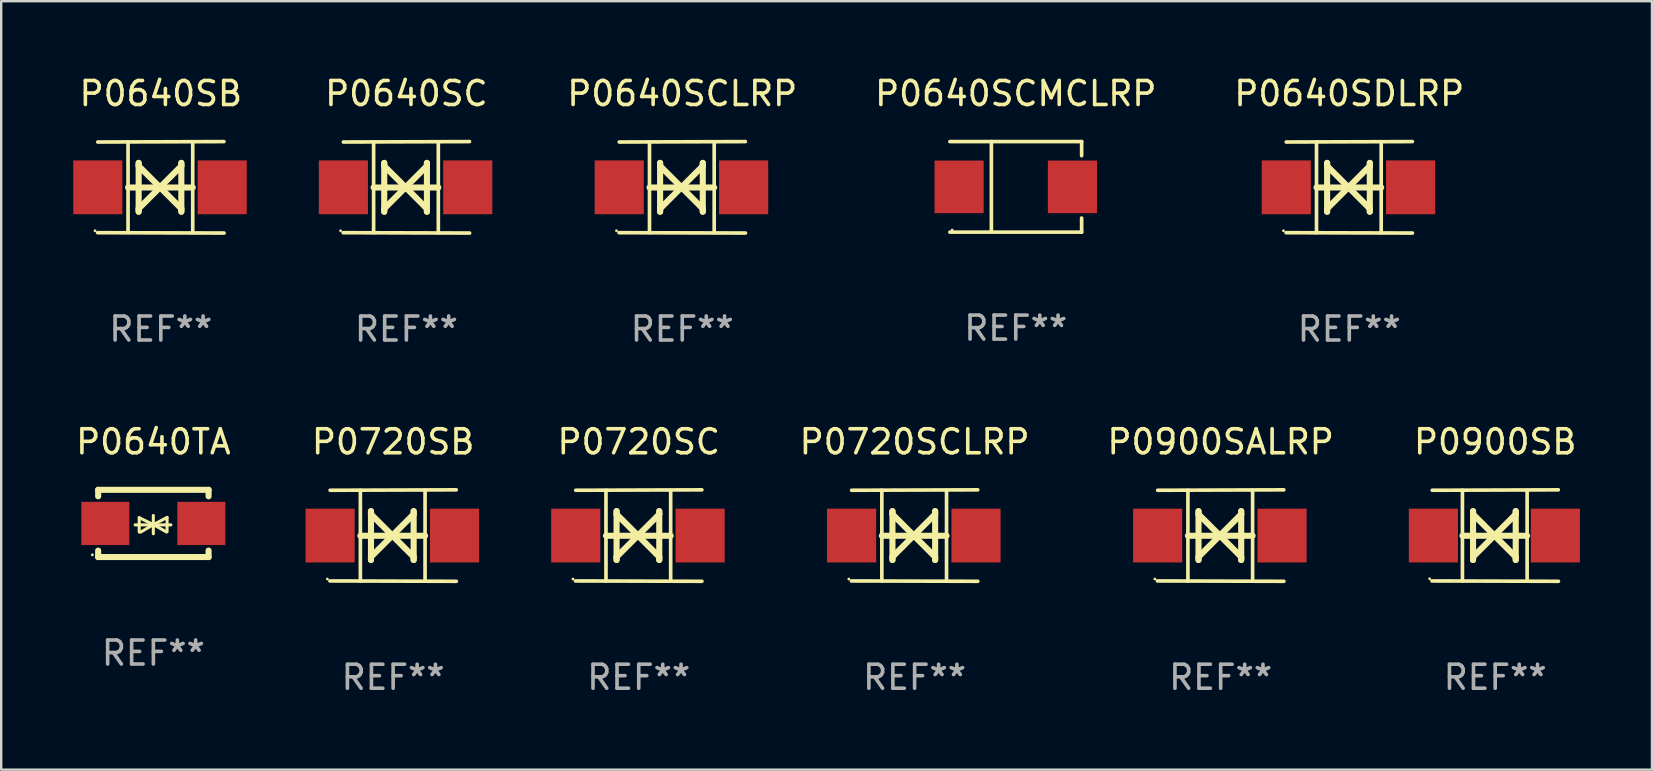
<source format=kicad_pcb>
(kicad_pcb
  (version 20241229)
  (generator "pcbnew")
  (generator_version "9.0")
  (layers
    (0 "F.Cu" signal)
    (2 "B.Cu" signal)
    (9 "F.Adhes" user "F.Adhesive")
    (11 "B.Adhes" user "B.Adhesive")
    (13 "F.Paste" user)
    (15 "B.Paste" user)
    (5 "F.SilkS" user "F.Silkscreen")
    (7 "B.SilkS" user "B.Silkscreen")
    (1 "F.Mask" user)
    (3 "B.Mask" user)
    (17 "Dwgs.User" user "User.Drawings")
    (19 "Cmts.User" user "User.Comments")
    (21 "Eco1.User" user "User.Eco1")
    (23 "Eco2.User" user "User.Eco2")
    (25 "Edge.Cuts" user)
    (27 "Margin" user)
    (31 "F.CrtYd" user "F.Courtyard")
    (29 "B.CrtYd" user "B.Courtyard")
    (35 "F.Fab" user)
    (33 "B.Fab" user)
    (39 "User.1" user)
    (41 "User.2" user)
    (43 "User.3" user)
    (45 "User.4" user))
  (footprint "P0900SB"
    (layer "F.Cu")
    (at 59.236 19.26)
    (property "Reference" "P0900SB" (at 0 -3.905 0) (layer "F.SilkS") (effects (font (size 1 1) (thickness 0.15))))
    (attr through_hole)
    (fp_line (start -1.365 1.886) (end -1.365 -1.886) (stroke (width 0.152) (type solid)) (layer "F.SilkS"))
    (fp_line (start -1.365 0.008) (end 1.33 0.008) (stroke (width 0.254) (type solid)) (layer "F.SilkS"))
    (fp_line (start -0.923 -1.016) (end -0.923 1.016) (stroke (width 0.254) (type solid)) (layer "F.SilkS"))
    (fp_line (start -0.923 -0.889) (end -0.923 -1.016) (stroke (width 0.254) (type solid)) (layer "F.SilkS"))
    (fp_line (start -0.923 0.889) (end -0.034 0) (stroke (width 0.254) (type solid)) (layer "F.SilkS"))
    (fp_line (start -0.923 1.016) (end -0.923 0.889) (stroke (width 0.254) (type solid)) (layer "F.SilkS"))
    (fp_line (start -0.034 0) (end -0.923 -0.889) (stroke (width 0.254) (type solid)) (layer "F.SilkS"))
    (fp_line (start -0.034 0) (end 0.855 0.889) (stroke (width 0.254) (type solid)) (layer "F.SilkS"))
    (fp_line (start 0.855 -1.016) (end 0.855 -0.889) (stroke (width 0.254) (type solid)) (layer "F.SilkS"))
    (fp_line (start 0.855 -0.889) (end -0.034 0) (stroke (width 0.254) (type solid)) (layer "F.SilkS"))
    (fp_line (start 0.855 0.889) (end 0.855 1.016) (stroke (width 0.254) (type solid)) (layer "F.SilkS"))
    (fp_line (start 0.855 1.016) (end 0.855 -1.016) (stroke (width 0.254) (type solid)) (layer "F.SilkS"))
    (fp_line (start 1.33 1.886) (end 1.33 -1.886) (stroke (width 0.152) (type solid)) (layer "F.SilkS"))
    (fp_line (start 2.629 -1.905) (end -2.625 -1.887) (stroke (width 0.152) (type solid)) (layer "F.SilkS"))
    (fp_line (start 2.633 1.905) (end -2.633 1.89) (stroke (width 0.152) (type solid)) (layer "F.SilkS"))
    (fp_circle (center -2.732 1.8) (end -2.702 1.8) (stroke (width 0.06) (type solid)) (fill no) (layer "F.SilkS"))
    (fp_text user "REF**" (at 0 5.905 0) (layer "F.Fab") (effects (font (size 1 1) (thickness 0.15))))
    (pad "1" smd rect (at -2.574 0) (size 2.047 2.241) (layers "F.Cu" "F.Mask" "F.Paste"))
    (pad "2" smd rect (at 2.506 0) (size 2.047 2.241) (layers "F.Cu" "F.Mask" "F.Paste")))
  (footprint "P0640TA"
    (layer "F.Cu")
    (at 3.339 18.755)
    (property "Reference" "P0640TA" (at 0 -3.4 0) (layer "F.SilkS") (effects (font (size 1 1) (thickness 0.15))))
    (attr through_hole)
    (fp_line (start -2.3 -1.4) (end -2.3 -1.131) (stroke (width 0.254) (type solid)) (layer "F.SilkS"))
    (fp_line (start -2.3 -1.4) (end 2.3 -1.4) (stroke (width 0.254) (type solid)) (layer "F.SilkS"))
    (fp_line (start -2.3 1.131) (end -2.3 1.4) (stroke (width 0.254) (type solid)) (layer "F.SilkS"))
    (fp_line (start -2.3 1.4) (end 2.3 1.4) (stroke (width 0.254) (type solid)) (layer "F.SilkS"))
    (fp_line (start -0.76 0.06) (end 0.73 0.06) (stroke (width 0.127) (type solid)) (layer "F.SilkS"))
    (fp_line (start -0.59 -0.24) (end -0.59 0.36) (stroke (width 0.127) (type solid)) (layer "F.SilkS"))
    (fp_line (start -0.59 -0.24) (end -0.002 0.049) (stroke (width 0.127) (type solid)) (layer "F.SilkS"))
    (fp_line (start -0.53 0.36) (end -0.002 0.049) (stroke (width 0.127) (type solid)) (layer "F.SilkS"))
    (fp_line (start -0.002 0.049) (end -0.002 -0.332) (stroke (width 0.127) (type solid)) (layer "F.SilkS"))
    (fp_line (start -0.002 0.049) (end -0.002 0.43) (stroke (width 0.127) (type solid)) (layer "F.SilkS"))
    (fp_line (start 0.54 0.35) (end -0.002 0.049) (stroke (width 0.127) (type solid)) (layer "F.SilkS"))
    (fp_line (start 0.57 -0.25) (end -0.002 0.049) (stroke (width 0.127) (type solid)) (layer "F.SilkS"))
    (fp_line (start 0.57 -0.25) (end 0.57 0.35) (stroke (width 0.127) (type solid)) (layer "F.SilkS"))
    (fp_line (start 2.3 -1.4) (end 2.3 -1.131) (stroke (width 0.254) (type solid)) (layer "F.SilkS"))
    (fp_line (start 2.3 1.131) (end 2.3 1.4) (stroke (width 0.254) (type solid)) (layer "F.SilkS"))
    (fp_circle (center -2.542 1.308) (end -2.512 1.308) (stroke (width 0.06) (type solid)) (fill no) (layer "F.SilkS"))
    (fp_text user "REF**" (at 0 5.4 0) (layer "F.Fab") (effects (font (size 1 1) (thickness 0.15))))
    (pad "1" smd rect (at -2 0) (size 2 1.8) (layers "F.Cu" "F.Mask" "F.Paste"))
    (pad "2" smd rect (at 2 0) (size 2 1.8) (layers "F.Cu" "F.Mask" "F.Paste")))
  (footprint "P0720SC"
    (layer "F.Cu")
    (at 23.558 19.26)
    (property "Reference" "P0720SC" (at 0 -3.905 0) (layer "F.SilkS") (effects (font (size 1 1) (thickness 0.15))))
    (attr through_hole)
    (fp_line (start -1.365 1.886) (end -1.365 -1.886) (stroke (width 0.152) (type solid)) (layer "F.SilkS"))
    (fp_line (start -1.365 0.008) (end 1.33 0.008) (stroke (width 0.254) (type solid)) (layer "F.SilkS"))
    (fp_line (start -0.923 -1.016) (end -0.923 1.016) (stroke (width 0.254) (type solid)) (layer "F.SilkS"))
    (fp_line (start -0.923 -0.889) (end -0.923 -1.016) (stroke (width 0.254) (type solid)) (layer "F.SilkS"))
    (fp_line (start -0.923 0.889) (end -0.034 0) (stroke (width 0.254) (type solid)) (layer "F.SilkS"))
    (fp_line (start -0.923 1.016) (end -0.923 0.889) (stroke (width 0.254) (type solid)) (layer "F.SilkS"))
    (fp_line (start -0.034 0) (end -0.923 -0.889) (stroke (width 0.254) (type solid)) (layer "F.SilkS"))
    (fp_line (start -0.034 0) (end 0.855 0.889) (stroke (width 0.254) (type solid)) (layer "F.SilkS"))
    (fp_line (start 0.855 -1.016) (end 0.855 -0.889) (stroke (width 0.254) (type solid)) (layer "F.SilkS"))
    (fp_line (start 0.855 -0.889) (end -0.034 0) (stroke (width 0.254) (type solid)) (layer "F.SilkS"))
    (fp_line (start 0.855 0.889) (end 0.855 1.016) (stroke (width 0.254) (type solid)) (layer "F.SilkS"))
    (fp_line (start 0.855 1.016) (end 0.855 -1.016) (stroke (width 0.254) (type solid)) (layer "F.SilkS"))
    (fp_line (start 1.33 1.886) (end 1.33 -1.886) (stroke (width 0.152) (type solid)) (layer "F.SilkS"))
    (fp_line (start 2.629 -1.905) (end -2.625 -1.887) (stroke (width 0.152) (type solid)) (layer "F.SilkS"))
    (fp_line (start 2.633 1.905) (end -2.633 1.89) (stroke (width 0.152) (type solid)) (layer "F.SilkS"))
    (fp_circle (center -2.741 1.81) (end -2.711 1.81) (stroke (width 0.06) (type solid)) (fill no) (layer "F.SilkS"))
    (fp_text user "REF**" (at 0 5.905 0) (layer "F.Fab") (effects (font (size 1 1) (thickness 0.15))))
    (pad "1" smd rect (at -2.625 0) (size 2.047 2.241) (layers "F.Cu" "F.Mask" "F.Paste"))
    (pad "2" smd rect (at 2.557 0) (size 2.047 2.241) (layers "F.Cu" "F.Mask" "F.Paste")))
  (footprint "P0720SB"
    (layer "F.Cu")
    (at 13.327 19.26)
    (property "Reference" "P0720SB" (at 0 -3.905 0) (layer "F.SilkS") (effects (font (size 1 1) (thickness 0.15))))
    (attr through_hole)
    (fp_line (start -1.365 1.886) (end -1.365 -1.886) (stroke (width 0.152) (type solid)) (layer "F.SilkS"))
    (fp_line (start -1.365 0.008) (end 1.33 0.008) (stroke (width 0.254) (type solid)) (layer "F.SilkS"))
    (fp_line (start -0.923 -1.016) (end -0.923 1.016) (stroke (width 0.254) (type solid)) (layer "F.SilkS"))
    (fp_line (start -0.923 -0.889) (end -0.923 -1.016) (stroke (width 0.254) (type solid)) (layer "F.SilkS"))
    (fp_line (start -0.923 0.889) (end -0.034 0) (stroke (width 0.254) (type solid)) (layer "F.SilkS"))
    (fp_line (start -0.923 1.016) (end -0.923 0.889) (stroke (width 0.254) (type solid)) (layer "F.SilkS"))
    (fp_line (start -0.034 0) (end -0.923 -0.889) (stroke (width 0.254) (type solid)) (layer "F.SilkS"))
    (fp_line (start -0.034 0) (end 0.855 0.889) (stroke (width 0.254) (type solid)) (layer "F.SilkS"))
    (fp_line (start 0.855 -1.016) (end 0.855 -0.889) (stroke (width 0.254) (type solid)) (layer "F.SilkS"))
    (fp_line (start 0.855 -0.889) (end -0.034 0) (stroke (width 0.254) (type solid)) (layer "F.SilkS"))
    (fp_line (start 0.855 0.889) (end 0.855 1.016) (stroke (width 0.254) (type solid)) (layer "F.SilkS"))
    (fp_line (start 0.855 1.016) (end 0.855 -1.016) (stroke (width 0.254) (type solid)) (layer "F.SilkS"))
    (fp_line (start 1.33 1.886) (end 1.33 -1.886) (stroke (width 0.152) (type solid)) (layer "F.SilkS"))
    (fp_line (start 2.629 -1.905) (end -2.625 -1.887) (stroke (width 0.152) (type solid)) (layer "F.SilkS"))
    (fp_line (start 2.633 1.905) (end -2.633 1.89) (stroke (width 0.152) (type solid)) (layer "F.SilkS"))
    (fp_circle (center -2.741 1.81) (end -2.711 1.81) (stroke (width 0.06) (type solid)) (fill no) (layer "F.SilkS"))
    (fp_text user "REF**" (at 0 5.905 0) (layer "F.Fab") (effects (font (size 1 1) (thickness 0.15))))
    (pad "1" smd rect (at -2.625 0) (size 2.047 2.241) (layers "F.Cu" "F.Mask" "F.Paste"))
    (pad "2" smd rect (at 2.557 0) (size 2.047 2.241) (layers "F.Cu" "F.Mask" "F.Paste")))
  (footprint "P0640SDLRP"
    (layer "F.Cu")
    (at 53.157 4.753)
    (property "Reference" "P0640SDLRP" (at 0 -3.905 0) (layer "F.SilkS") (effects (font (size 1 1) (thickness 0.15))))
    (attr through_hole)
    (fp_line (start -1.365 1.886) (end -1.365 -1.886) (stroke (width 0.152) (type solid)) (layer "F.SilkS"))
    (fp_line (start -1.365 0.008) (end 1.33 0.008) (stroke (width 0.254) (type solid)) (layer "F.SilkS"))
    (fp_line (start -0.923 -1.016) (end -0.923 1.016) (stroke (width 0.254) (type solid)) (layer "F.SilkS"))
    (fp_line (start -0.923 -0.889) (end -0.923 -1.016) (stroke (width 0.254) (type solid)) (layer "F.SilkS"))
    (fp_line (start -0.923 0.889) (end -0.034 0) (stroke (width 0.254) (type solid)) (layer "F.SilkS"))
    (fp_line (start -0.923 1.016) (end -0.923 0.889) (stroke (width 0.254) (type solid)) (layer "F.SilkS"))
    (fp_line (start -0.034 0) (end -0.923 -0.889) (stroke (width 0.254) (type solid)) (layer "F.SilkS"))
    (fp_line (start -0.034 0) (end 0.855 0.889) (stroke (width 0.254) (type solid)) (layer "F.SilkS"))
    (fp_line (start 0.855 -1.016) (end 0.855 -0.889) (stroke (width 0.254) (type solid)) (layer "F.SilkS"))
    (fp_line (start 0.855 -0.889) (end -0.034 0) (stroke (width 0.254) (type solid)) (layer "F.SilkS"))
    (fp_line (start 0.855 0.889) (end 0.855 1.016) (stroke (width 0.254) (type solid)) (layer "F.SilkS"))
    (fp_line (start 0.855 1.016) (end 0.855 -1.016) (stroke (width 0.254) (type solid)) (layer "F.SilkS"))
    (fp_line (start 1.33 1.886) (end 1.33 -1.886) (stroke (width 0.152) (type solid)) (layer "F.SilkS"))
    (fp_line (start 2.629 -1.905) (end -2.625 -1.887) (stroke (width 0.152) (type solid)) (layer "F.SilkS"))
    (fp_line (start 2.633 1.905) (end -2.633 1.89) (stroke (width 0.152) (type solid)) (layer "F.SilkS"))
    (fp_circle (center -2.741 1.81) (end -2.711 1.81) (stroke (width 0.06) (type solid)) (fill no) (layer "F.SilkS"))
    (fp_text user "REF**" (at 0 5.905 0) (layer "F.Fab") (effects (font (size 1 1) (thickness 0.15))))
    (pad "1" smd rect (at -2.625 0) (size 2.047 2.241) (layers "F.Cu" "F.Mask" "F.Paste"))
    (pad "2" smd rect (at 2.557 0) (size 2.047 2.241) (layers "F.Cu" "F.Mask" "F.Paste")))
  (footprint "P0640SCLRP"
    (layer "F.Cu")
    (at 25.371 4.753)
    (property "Reference" "P0640SCLRP" (at 0 -3.905 0) (layer "F.SilkS") (effects (font (size 1 1) (thickness 0.15))))
    (attr through_hole)
    (fp_line (start -1.365 1.886) (end -1.365 -1.886) (stroke (width 0.152) (type solid)) (layer "F.SilkS"))
    (fp_line (start -1.365 0.008) (end 1.33 0.008) (stroke (width 0.254) (type solid)) (layer "F.SilkS"))
    (fp_line (start -0.923 -1.016) (end -0.923 1.016) (stroke (width 0.254) (type solid)) (layer "F.SilkS"))
    (fp_line (start -0.923 -0.889) (end -0.923 -1.016) (stroke (width 0.254) (type solid)) (layer "F.SilkS"))
    (fp_line (start -0.923 0.889) (end -0.034 0) (stroke (width 0.254) (type solid)) (layer "F.SilkS"))
    (fp_line (start -0.923 1.016) (end -0.923 0.889) (stroke (width 0.254) (type solid)) (layer "F.SilkS"))
    (fp_line (start -0.034 0) (end -0.923 -0.889) (stroke (width 0.254) (type solid)) (layer "F.SilkS"))
    (fp_line (start -0.034 0) (end 0.855 0.889) (stroke (width 0.254) (type solid)) (layer "F.SilkS"))
    (fp_line (start 0.855 -1.016) (end 0.855 -0.889) (stroke (width 0.254) (type solid)) (layer "F.SilkS"))
    (fp_line (start 0.855 -0.889) (end -0.034 0) (stroke (width 0.254) (type solid)) (layer "F.SilkS"))
    (fp_line (start 0.855 0.889) (end 0.855 1.016) (stroke (width 0.254) (type solid)) (layer "F.SilkS"))
    (fp_line (start 0.855 1.016) (end 0.855 -1.016) (stroke (width 0.254) (type solid)) (layer "F.SilkS"))
    (fp_line (start 1.33 1.886) (end 1.33 -1.886) (stroke (width 0.152) (type solid)) (layer "F.SilkS"))
    (fp_line (start 2.629 -1.905) (end -2.625 -1.887) (stroke (width 0.152) (type solid)) (layer "F.SilkS"))
    (fp_line (start 2.633 1.905) (end -2.633 1.89) (stroke (width 0.152) (type solid)) (layer "F.SilkS"))
    (fp_circle (center -2.741 1.81) (end -2.711 1.81) (stroke (width 0.06) (type solid)) (fill no) (layer "F.SilkS"))
    (fp_text user "REF**" (at 0 5.905 0) (layer "F.Fab") (effects (font (size 1 1) (thickness 0.15))))
    (pad "1" smd rect (at -2.625 0) (size 2.047 2.241) (layers "F.Cu" "F.Mask" "F.Paste"))
    (pad "2" smd rect (at 2.557 0) (size 2.047 2.241) (layers "F.Cu" "F.Mask" "F.Paste")))
  (footprint "P0640SC"
    (layer "F.Cu")
    (at 13.879 4.753)
    (property "Reference" "P0640SC" (at 0 -3.905 0) (layer "F.SilkS") (effects (font (size 1 1) (thickness 0.15))))
    (attr through_hole)
    (fp_line (start -1.365 1.886) (end -1.365 -1.886) (stroke (width 0.152) (type solid)) (layer "F.SilkS"))
    (fp_line (start -1.365 0.008) (end 1.33 0.008) (stroke (width 0.254) (type solid)) (layer "F.SilkS"))
    (fp_line (start -0.923 -1.016) (end -0.923 1.016) (stroke (width 0.254) (type solid)) (layer "F.SilkS"))
    (fp_line (start -0.923 -0.889) (end -0.923 -1.016) (stroke (width 0.254) (type solid)) (layer "F.SilkS"))
    (fp_line (start -0.923 0.889) (end -0.034 0) (stroke (width 0.254) (type solid)) (layer "F.SilkS"))
    (fp_line (start -0.923 1.016) (end -0.923 0.889) (stroke (width 0.254) (type solid)) (layer "F.SilkS"))
    (fp_line (start -0.034 0) (end -0.923 -0.889) (stroke (width 0.254) (type solid)) (layer "F.SilkS"))
    (fp_line (start -0.034 0) (end 0.855 0.889) (stroke (width 0.254) (type solid)) (layer "F.SilkS"))
    (fp_line (start 0.855 -1.016) (end 0.855 -0.889) (stroke (width 0.254) (type solid)) (layer "F.SilkS"))
    (fp_line (start 0.855 -0.889) (end -0.034 0) (stroke (width 0.254) (type solid)) (layer "F.SilkS"))
    (fp_line (start 0.855 0.889) (end 0.855 1.016) (stroke (width 0.254) (type solid)) (layer "F.SilkS"))
    (fp_line (start 0.855 1.016) (end 0.855 -1.016) (stroke (width 0.254) (type solid)) (layer "F.SilkS"))
    (fp_line (start 1.33 1.886) (end 1.33 -1.886) (stroke (width 0.152) (type solid)) (layer "F.SilkS"))
    (fp_line (start 2.629 -1.905) (end -2.625 -1.887) (stroke (width 0.152) (type solid)) (layer "F.SilkS"))
    (fp_line (start 2.633 1.905) (end -2.633 1.89) (stroke (width 0.152) (type solid)) (layer "F.SilkS"))
    (fp_circle (center -2.741 1.81) (end -2.711 1.81) (stroke (width 0.06) (type solid)) (fill no) (layer "F.SilkS"))
    (fp_text user "REF**" (at 0 5.905 0) (layer "F.Fab") (effects (font (size 1 1) (thickness 0.15))))
    (pad "1" smd rect (at -2.625 0) (size 2.047 2.241) (layers "F.Cu" "F.Mask" "F.Paste"))
    (pad "2" smd rect (at 2.557 0) (size 2.047 2.241) (layers "F.Cu" "F.Mask" "F.Paste")))
  (footprint "P0900SALRP"
    (layer "F.Cu")
    (at 47.8 19.26)
    (property "Reference" "P0900SALRP" (at 0 -3.905 0) (layer "F.SilkS") (effects (font (size 1 1) (thickness 0.15))))
    (attr through_hole)
    (fp_line (start -1.365 1.886) (end -1.365 -1.886) (stroke (width 0.152) (type solid)) (layer "F.SilkS"))
    (fp_line (start -1.365 0.008) (end 1.33 0.008) (stroke (width 0.254) (type solid)) (layer "F.SilkS"))
    (fp_line (start -0.923 -1.016) (end -0.923 1.016) (stroke (width 0.254) (type solid)) (layer "F.SilkS"))
    (fp_line (start -0.923 -0.889) (end -0.923 -1.016) (stroke (width 0.254) (type solid)) (layer "F.SilkS"))
    (fp_line (start -0.923 0.889) (end -0.034 0) (stroke (width 0.254) (type solid)) (layer "F.SilkS"))
    (fp_line (start -0.923 1.016) (end -0.923 0.889) (stroke (width 0.254) (type solid)) (layer "F.SilkS"))
    (fp_line (start -0.034 0) (end -0.923 -0.889) (stroke (width 0.254) (type solid)) (layer "F.SilkS"))
    (fp_line (start -0.034 0) (end 0.855 0.889) (stroke (width 0.254) (type solid)) (layer "F.SilkS"))
    (fp_line (start 0.855 -1.016) (end 0.855 -0.889) (stroke (width 0.254) (type solid)) (layer "F.SilkS"))
    (fp_line (start 0.855 -0.889) (end -0.034 0) (stroke (width 0.254) (type solid)) (layer "F.SilkS"))
    (fp_line (start 0.855 0.889) (end 0.855 1.016) (stroke (width 0.254) (type solid)) (layer "F.SilkS"))
    (fp_line (start 0.855 1.016) (end 0.855 -1.016) (stroke (width 0.254) (type solid)) (layer "F.SilkS"))
    (fp_line (start 1.33 1.886) (end 1.33 -1.886) (stroke (width 0.152) (type solid)) (layer "F.SilkS"))
    (fp_line (start 2.629 -1.905) (end -2.625 -1.887) (stroke (width 0.152) (type solid)) (layer "F.SilkS"))
    (fp_line (start 2.633 1.905) (end -2.633 1.89) (stroke (width 0.152) (type solid)) (layer "F.SilkS"))
    (fp_circle (center -2.741 1.81) (end -2.711 1.81) (stroke (width 0.06) (type solid)) (fill no) (layer "F.SilkS"))
    (fp_text user "REF**" (at 0 5.905 0) (layer "F.Fab") (effects (font (size 1 1) (thickness 0.15))))
    (pad "1" smd rect (at -2.625 0) (size 2.047 2.241) (layers "F.Cu" "F.Mask" "F.Paste"))
    (pad "2" smd rect (at 2.557 0) (size 2.047 2.241) (layers "F.Cu" "F.Mask" "F.Paste")))
  (footprint "P0720SCLRP"
    (layer "F.Cu")
    (at 35.05 19.26)
    (property "Reference" "P0720SCLRP" (at 0 -3.905 0) (layer "F.SilkS") (effects (font (size 1 1) (thickness 0.15))))
    (attr through_hole)
    (fp_line (start -1.365 1.886) (end -1.365 -1.886) (stroke (width 0.152) (type solid)) (layer "F.SilkS"))
    (fp_line (start -1.365 0.008) (end 1.33 0.008) (stroke (width 0.254) (type solid)) (layer "F.SilkS"))
    (fp_line (start -0.923 -1.016) (end -0.923 1.016) (stroke (width 0.254) (type solid)) (layer "F.SilkS"))
    (fp_line (start -0.923 -0.889) (end -0.923 -1.016) (stroke (width 0.254) (type solid)) (layer "F.SilkS"))
    (fp_line (start -0.923 0.889) (end -0.034 0) (stroke (width 0.254) (type solid)) (layer "F.SilkS"))
    (fp_line (start -0.923 1.016) (end -0.923 0.889) (stroke (width 0.254) (type solid)) (layer "F.SilkS"))
    (fp_line (start -0.034 0) (end -0.923 -0.889) (stroke (width 0.254) (type solid)) (layer "F.SilkS"))
    (fp_line (start -0.034 0) (end 0.855 0.889) (stroke (width 0.254) (type solid)) (layer "F.SilkS"))
    (fp_line (start 0.855 -1.016) (end 0.855 -0.889) (stroke (width 0.254) (type solid)) (layer "F.SilkS"))
    (fp_line (start 0.855 -0.889) (end -0.034 0) (stroke (width 0.254) (type solid)) (layer "F.SilkS"))
    (fp_line (start 0.855 0.889) (end 0.855 1.016) (stroke (width 0.254) (type solid)) (layer "F.SilkS"))
    (fp_line (start 0.855 1.016) (end 0.855 -1.016) (stroke (width 0.254) (type solid)) (layer "F.SilkS"))
    (fp_line (start 1.33 1.886) (end 1.33 -1.886) (stroke (width 0.152) (type solid)) (layer "F.SilkS"))
    (fp_line (start 2.629 -1.905) (end -2.625 -1.887) (stroke (width 0.152) (type solid)) (layer "F.SilkS"))
    (fp_line (start 2.633 1.905) (end -2.633 1.89) (stroke (width 0.152) (type solid)) (layer "F.SilkS"))
    (fp_circle (center -2.741 1.81) (end -2.711 1.81) (stroke (width 0.06) (type solid)) (fill no) (layer "F.SilkS"))
    (fp_text user "REF**" (at 0 5.905 0) (layer "F.Fab") (effects (font (size 1 1) (thickness 0.15))))
    (pad "1" smd rect (at -2.625 0) (size 2.047 2.241) (layers "F.Cu" "F.Mask" "F.Paste"))
    (pad "2" smd rect (at 2.557 0) (size 2.047 2.241) (layers "F.Cu" "F.Mask" "F.Paste")))
  (footprint "P0640SCMCLRP"
    (layer "F.Cu")
    (at 39.264 4.734)
    (property "Reference" "P0640SCMCLRP" (at 0 -3.886 0) (layer "F.SilkS") (effects (font (size 1 1) (thickness 0.15))))
    (attr through_hole)
    (fp_line (start -2.744 -1.886) (end 2.744 -1.886) (stroke (width 0.152) (type solid)) (layer "F.SilkS"))
    (fp_line (start -2.744 1.886) (end 2.744 1.886) (stroke (width 0.152) (type solid)) (layer "F.SilkS"))
    (fp_line (start -1.016 -1.886) (end -1.016 1.886) (stroke (width 0.152) (type solid)) (layer "F.SilkS"))
    (fp_line (start 2.744 -1.886) (end 2.744 -1.299) (stroke (width 0.152) (type solid)) (layer "F.SilkS"))
    (fp_line (start 2.744 1.886) (end 2.744 1.299) (stroke (width 0.152) (type solid)) (layer "F.SilkS"))
    (fp_circle (center -2.65 1.8) (end -2.62 1.8) (stroke (width 0.06) (type solid)) (fill no) (layer "F.SilkS"))
    (fp_text user "REF**" (at 0 5.886 0) (layer "F.Fab") (effects (font (size 1 1) (thickness 0.15))))
    (pad "1" smd rect (at -2.361 0) (size 2.047 2.192) (layers "F.Cu" "F.Mask" "F.Paste"))
    (pad "2" smd rect (at 2.361 0) (size 2.047 2.192) (layers "F.Cu" "F.Mask" "F.Paste")))
  (footprint "P0640SB"
    (layer "F.Cu")
    (at 3.649 4.753)
    (property "Reference" "P0640SB" (at 0 -3.905 0) (layer "F.SilkS") (effects (font (size 1 1) (thickness 0.15))))
    (attr through_hole)
    (fp_line (start -1.365 1.886) (end -1.365 -1.886) (stroke (width 0.152) (type solid)) (layer "F.SilkS"))
    (fp_line (start -1.365 0.008) (end 1.33 0.008) (stroke (width 0.254) (type solid)) (layer "F.SilkS"))
    (fp_line (start -0.923 -1.016) (end -0.923 1.016) (stroke (width 0.254) (type solid)) (layer "F.SilkS"))
    (fp_line (start -0.923 -0.889) (end -0.923 -1.016) (stroke (width 0.254) (type solid)) (layer "F.SilkS"))
    (fp_line (start -0.923 0.889) (end -0.034 0) (stroke (width 0.254) (type solid)) (layer "F.SilkS"))
    (fp_line (start -0.923 1.016) (end -0.923 0.889) (stroke (width 0.254) (type solid)) (layer "F.SilkS"))
    (fp_line (start -0.034 0) (end -0.923 -0.889) (stroke (width 0.254) (type solid)) (layer "F.SilkS"))
    (fp_line (start -0.034 0) (end 0.855 0.889) (stroke (width 0.254) (type solid)) (layer "F.SilkS"))
    (fp_line (start 0.855 -1.016) (end 0.855 -0.889) (stroke (width 0.254) (type solid)) (layer "F.SilkS"))
    (fp_line (start 0.855 -0.889) (end -0.034 0) (stroke (width 0.254) (type solid)) (layer "F.SilkS"))
    (fp_line (start 0.855 0.889) (end 0.855 1.016) (stroke (width 0.254) (type solid)) (layer "F.SilkS"))
    (fp_line (start 0.855 1.016) (end 0.855 -1.016) (stroke (width 0.254) (type solid)) (layer "F.SilkS"))
    (fp_line (start 1.33 1.886) (end 1.33 -1.886) (stroke (width 0.152) (type solid)) (layer "F.SilkS"))
    (fp_line (start 2.629 -1.905) (end -2.625 -1.887) (stroke (width 0.152) (type solid)) (layer "F.SilkS"))
    (fp_line (start 2.633 1.905) (end -2.633 1.89) (stroke (width 0.152) (type solid)) (layer "F.SilkS"))
    (fp_circle (center -2.741 1.81) (end -2.711 1.81) (stroke (width 0.06) (type solid)) (fill no) (layer "F.SilkS"))
    (fp_text user "REF**" (at 0 5.905 0) (layer "F.Fab") (effects (font (size 1 1) (thickness 0.15))))
    (pad "1" smd rect (at -2.625 0) (size 2.047 2.241) (layers "F.Cu" "F.Mask" "F.Paste"))
    (pad "2" smd rect (at 2.557 0) (size 2.047 2.241) (layers "F.Cu" "F.Mask" "F.Paste")))
  (gr_rect
    (start -3 -3)
    (end 65.766 29.013)
    (stroke (width 0.1) (type default))
    (fill no)
    (layer "Edge.Cuts")))
</source>
